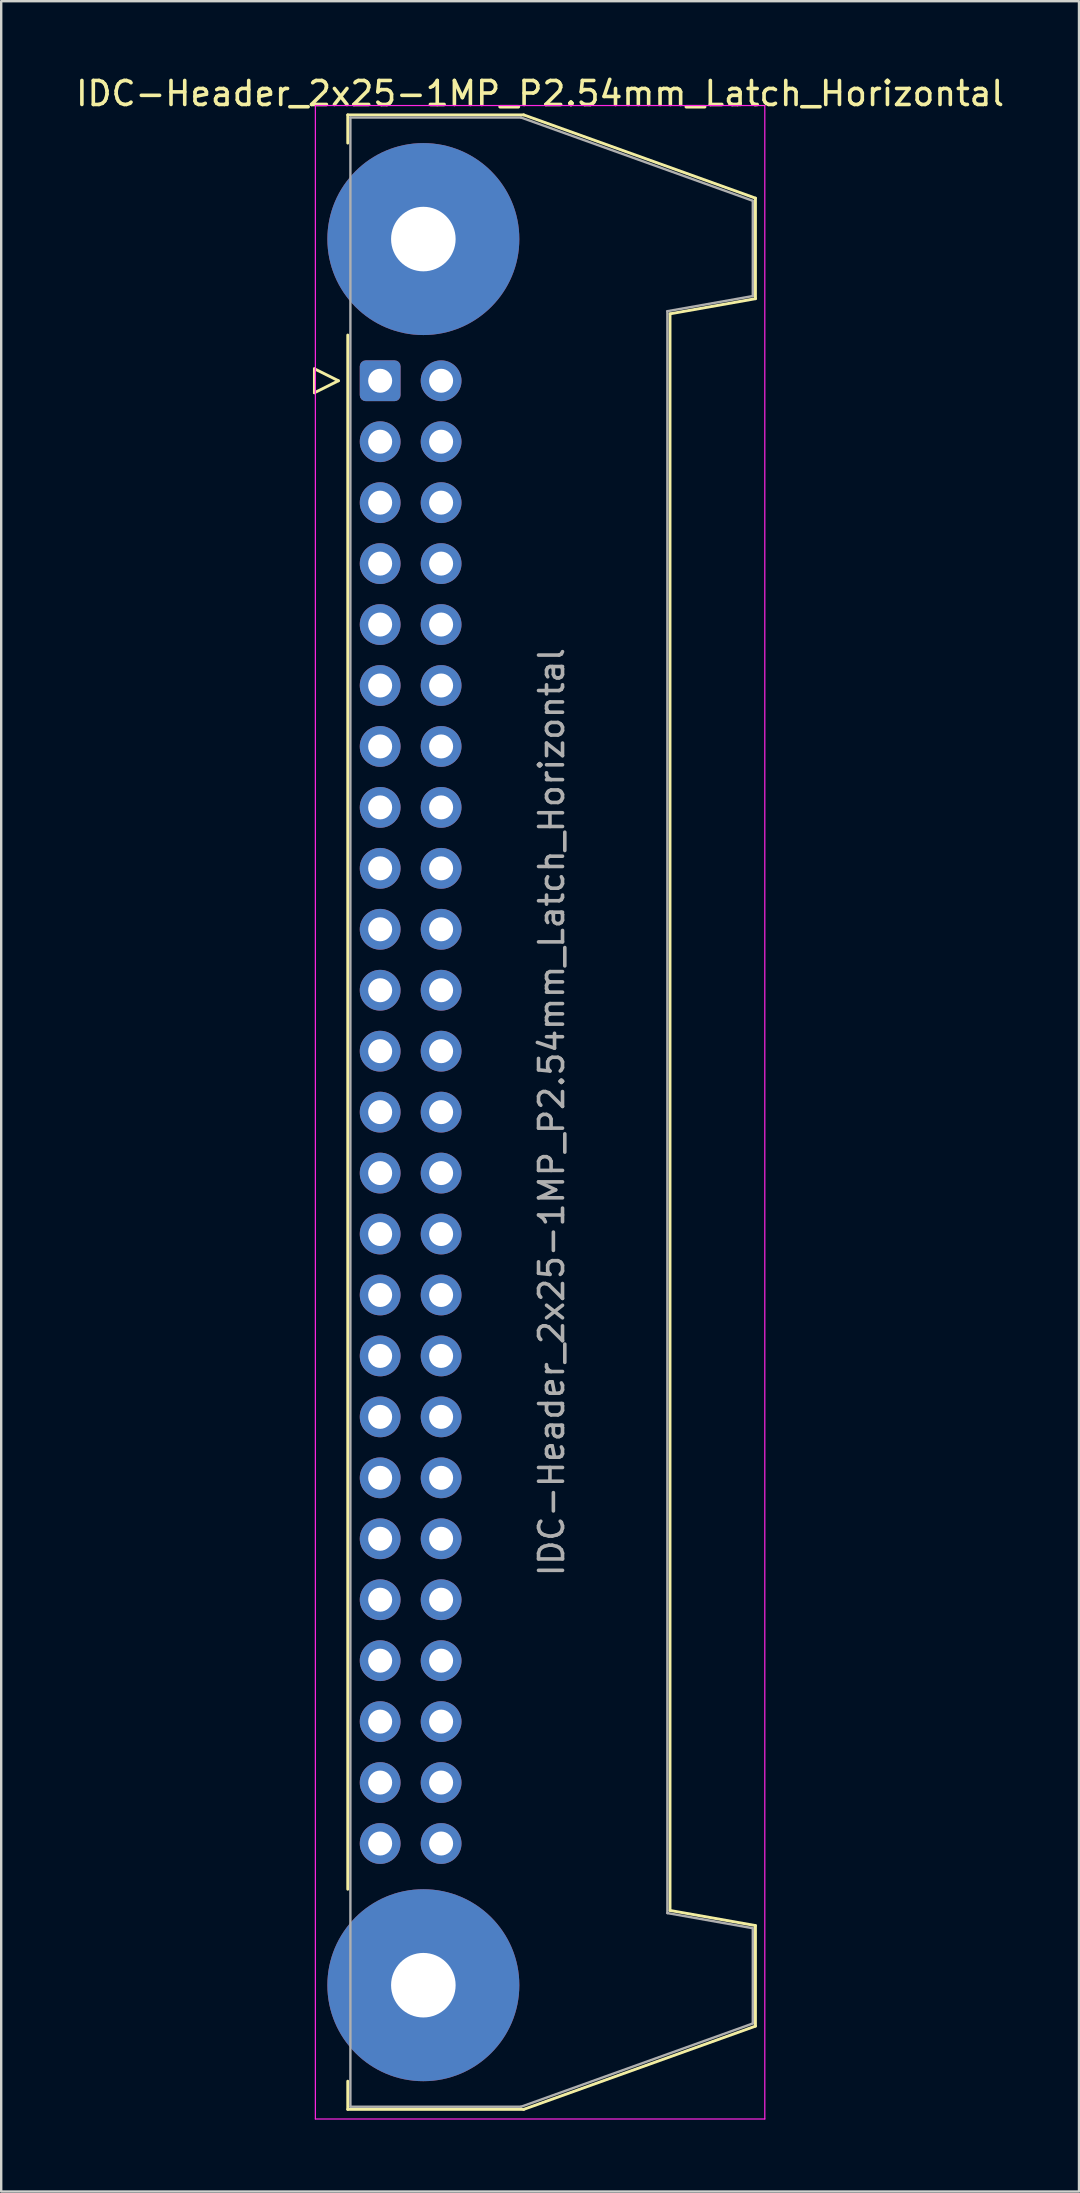
<source format=kicad_pcb>
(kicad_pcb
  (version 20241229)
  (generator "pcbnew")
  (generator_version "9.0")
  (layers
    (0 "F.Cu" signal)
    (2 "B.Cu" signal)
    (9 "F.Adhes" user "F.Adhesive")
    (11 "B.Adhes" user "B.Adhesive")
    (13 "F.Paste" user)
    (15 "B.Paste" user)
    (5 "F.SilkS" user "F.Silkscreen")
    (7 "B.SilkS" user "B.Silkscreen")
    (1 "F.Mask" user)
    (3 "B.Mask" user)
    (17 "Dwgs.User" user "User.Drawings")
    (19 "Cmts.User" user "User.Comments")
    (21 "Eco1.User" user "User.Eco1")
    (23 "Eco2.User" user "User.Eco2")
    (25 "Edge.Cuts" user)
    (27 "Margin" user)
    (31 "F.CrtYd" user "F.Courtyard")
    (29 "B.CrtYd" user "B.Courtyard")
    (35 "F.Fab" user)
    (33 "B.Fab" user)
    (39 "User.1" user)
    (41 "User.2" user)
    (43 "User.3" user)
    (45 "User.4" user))
  (footprint "IDC-Header_2x25-1MP_P2.54mm_Latch_Horizontal"
    (layer "F.Cu")
    (at 12.793 12.818)
    (property "Reference" "IDC-Header_2x25-1MP_P2.54mm_Latch_Horizontal" (at 6.665 -11.97 0) (layer "F.SilkS") (effects (font (size 1 1) (thickness 0.15))))
    (attr through_hole)
    (fp_line (start -2.74 -0.5) (end -2.74 0.5) (stroke (width 0.12) (type solid)) (layer "F.SilkS"))
    (fp_line (start -2.74 0.5) (end -1.74 0) (stroke (width 0.12) (type solid)) (layer "F.SilkS"))
    (fp_line (start -1.74 0) (end -2.74 -0.5) (stroke (width 0.12) (type solid)) (layer "F.SilkS"))
    (fp_line (start -1.35 -11.08) (end -1.35 -9.905) (stroke (width 0.12) (type solid)) (layer "F.SilkS"))
    (fp_line (start -1.35 -11.08) (end 5.98 -11.08) (stroke (width 0.12) (type solid)) (layer "F.SilkS"))
    (fp_line (start -1.35 -1.905) (end -1.35 62.865) (stroke (width 0.12) (type solid)) (layer "F.SilkS"))
    (fp_line (start -1.35 70.865) (end -1.35 72.04) (stroke (width 0.12) (type solid)) (layer "F.SilkS"))
    (fp_line (start 5.98 -11.08) (end 15.64 -7.61) (stroke (width 0.12) (type solid)) (layer "F.SilkS"))
    (fp_line (start 5.98 72.04) (end -1.35 72.04) (stroke (width 0.12) (type solid)) (layer "F.SilkS"))
    (fp_line (start 12.08 -2.79) (end 12.08 63.75) (stroke (width 0.12) (type solid)) (layer "F.SilkS"))
    (fp_line (start 12.08 63.75) (end 15.64 64.38) (stroke (width 0.12) (type solid)) (layer "F.SilkS"))
    (fp_line (start 15.64 -7.61) (end 15.64 -3.42) (stroke (width 0.12) (type solid)) (layer "F.SilkS"))
    (fp_line (start 15.64 -3.42) (end 12.08 -2.79) (stroke (width 0.12) (type solid)) (layer "F.SilkS"))
    (fp_line (start 15.64 64.38) (end 15.64 68.57) (stroke (width 0.12) (type solid)) (layer "F.SilkS"))
    (fp_line (start 15.64 68.57) (end 5.98 72.04) (stroke (width 0.12) (type solid)) (layer "F.SilkS"))
    (fp_line (start -2.7 -11.47) (end -2.7 72.44) (stroke (width 0.05) (type solid)) (layer "F.CrtYd"))
    (fp_line (start -2.7 72.44) (end 16.03 72.44) (stroke (width 0.05) (type solid)) (layer "F.CrtYd"))
    (fp_line (start 16.03 -11.47) (end -2.7 -11.47) (stroke (width 0.05) (type solid)) (layer "F.CrtYd"))
    (fp_line (start 16.03 72.44) (end 16.03 -11.47) (stroke (width 0.05) (type solid)) (layer "F.CrtYd"))
    (fp_line (start -1.24 -10.97) (end 5.87 -10.97) (stroke (width 0.1) (type solid)) (layer "F.Fab"))
    (fp_line (start -1.24 71.93) (end -1.24 -10.97) (stroke (width 0.1) (type solid)) (layer "F.Fab"))
    (fp_line (start 5.87 -10.97) (end 15.53 -7.5) (stroke (width 0.1) (type solid)) (layer "F.Fab"))
    (fp_line (start 5.87 71.93) (end -1.24 71.93) (stroke (width 0.1) (type solid)) (layer "F.Fab"))
    (fp_line (start 11.97 -2.9) (end 11.97 63.86) (stroke (width 0.1) (type solid)) (layer "F.Fab"))
    (fp_line (start 11.97 63.86) (end 15.53 64.49) (stroke (width 0.1) (type solid)) (layer "F.Fab"))
    (fp_line (start 15.53 -7.5) (end 15.53 -3.53) (stroke (width 0.1) (type solid)) (layer "F.Fab"))
    (fp_line (start 15.53 -3.53) (end 11.97 -2.9) (stroke (width 0.1) (type solid)) (layer "F.Fab"))
    (fp_line (start 15.53 64.49) (end 15.53 68.46) (stroke (width 0.1) (type solid)) (layer "F.Fab"))
    (fp_line (start 15.53 68.46) (end 5.87 71.93) (stroke (width 0.1) (type solid)) (layer "F.Fab"))
    (fp_text user "${REFERENCE}" (at 7.145 30.48 90) (layer "F.Fab") (effects (font (size 1 1) (thickness 0.15))))
    (pad "1" thru_hole roundrect (at 0 0) (size 1.7 1.7) (drill 1) (layers "*.Cu" "*.Mask") (roundrect_rratio 0.147))
    (pad "2" thru_hole circle (at 2.54 0) (size 1.7 1.7) (drill 1) (layers "*.Cu" "*.Mask"))
    (pad "3" thru_hole circle (at 0 2.54) (size 1.7 1.7) (drill 1) (layers "*.Cu" "*.Mask"))
    (pad "4" thru_hole circle (at 2.54 2.54) (size 1.7 1.7) (drill 1) (layers "*.Cu" "*.Mask"))
    (pad "5" thru_hole circle (at 0 5.08) (size 1.7 1.7) (drill 1) (layers "*.Cu" "*.Mask"))
    (pad "6" thru_hole circle (at 2.54 5.08) (size 1.7 1.7) (drill 1) (layers "*.Cu" "*.Mask"))
    (pad "7" thru_hole circle (at 0 7.62) (size 1.7 1.7) (drill 1) (layers "*.Cu" "*.Mask"))
    (pad "8" thru_hole circle (at 2.54 7.62) (size 1.7 1.7) (drill 1) (layers "*.Cu" "*.Mask"))
    (pad "9" thru_hole circle (at 0 10.16) (size 1.7 1.7) (drill 1) (layers "*.Cu" "*.Mask"))
    (pad "10" thru_hole circle (at 2.54 10.16) (size 1.7 1.7) (drill 1) (layers "*.Cu" "*.Mask"))
    (pad "11" thru_hole circle (at 0 12.7) (size 1.7 1.7) (drill 1) (layers "*.Cu" "*.Mask"))
    (pad "12" thru_hole circle (at 2.54 12.7) (size 1.7 1.7) (drill 1) (layers "*.Cu" "*.Mask"))
    (pad "13" thru_hole circle (at 0 15.24) (size 1.7 1.7) (drill 1) (layers "*.Cu" "*.Mask"))
    (pad "14" thru_hole circle (at 2.54 15.24) (size 1.7 1.7) (drill 1) (layers "*.Cu" "*.Mask"))
    (pad "15" thru_hole circle (at 0 17.78) (size 1.7 1.7) (drill 1) (layers "*.Cu" "*.Mask"))
    (pad "16" thru_hole circle (at 2.54 17.78) (size 1.7 1.7) (drill 1) (layers "*.Cu" "*.Mask"))
    (pad "17" thru_hole circle (at 0 20.32) (size 1.7 1.7) (drill 1) (layers "*.Cu" "*.Mask"))
    (pad "18" thru_hole circle (at 2.54 20.32) (size 1.7 1.7) (drill 1) (layers "*.Cu" "*.Mask"))
    (pad "19" thru_hole circle (at 0 22.86) (size 1.7 1.7) (drill 1) (layers "*.Cu" "*.Mask"))
    (pad "20" thru_hole circle (at 2.54 22.86) (size 1.7 1.7) (drill 1) (layers "*.Cu" "*.Mask"))
    (pad "21" thru_hole circle (at 0 25.4) (size 1.7 1.7) (drill 1) (layers "*.Cu" "*.Mask"))
    (pad "22" thru_hole circle (at 2.54 25.4) (size 1.7 1.7) (drill 1) (layers "*.Cu" "*.Mask"))
    (pad "23" thru_hole circle (at 0 27.94) (size 1.7 1.7) (drill 1) (layers "*.Cu" "*.Mask"))
    (pad "24" thru_hole circle (at 2.54 27.94) (size 1.7 1.7) (drill 1) (layers "*.Cu" "*.Mask"))
    (pad "25" thru_hole circle (at 0 30.48) (size 1.7 1.7) (drill 1) (layers "*.Cu" "*.Mask"))
    (pad "26" thru_hole circle (at 2.54 30.48) (size 1.7 1.7) (drill 1) (layers "*.Cu" "*.Mask"))
    (pad "27" thru_hole circle (at 0 33.02) (size 1.7 1.7) (drill 1) (layers "*.Cu" "*.Mask"))
    (pad "28" thru_hole circle (at 2.54 33.02) (size 1.7 1.7) (drill 1) (layers "*.Cu" "*.Mask"))
    (pad "29" thru_hole circle (at 0 35.56) (size 1.7 1.7) (drill 1) (layers "*.Cu" "*.Mask"))
    (pad "30" thru_hole circle (at 2.54 35.56) (size 1.7 1.7) (drill 1) (layers "*.Cu" "*.Mask"))
    (pad "31" thru_hole circle (at 0 38.1) (size 1.7 1.7) (drill 1) (layers "*.Cu" "*.Mask"))
    (pad "32" thru_hole circle (at 2.54 38.1) (size 1.7 1.7) (drill 1) (layers "*.Cu" "*.Mask"))
    (pad "33" thru_hole circle (at 0 40.64) (size 1.7 1.7) (drill 1) (layers "*.Cu" "*.Mask"))
    (pad "34" thru_hole circle (at 2.54 40.64) (size 1.7 1.7) (drill 1) (layers "*.Cu" "*.Mask"))
    (pad "35" thru_hole circle (at 0 43.18) (size 1.7 1.7) (drill 1) (layers "*.Cu" "*.Mask"))
    (pad "36" thru_hole circle (at 2.54 43.18) (size 1.7 1.7) (drill 1) (layers "*.Cu" "*.Mask"))
    (pad "37" thru_hole circle (at 0 45.72) (size 1.7 1.7) (drill 1) (layers "*.Cu" "*.Mask"))
    (pad "38" thru_hole circle (at 2.54 45.72) (size 1.7 1.7) (drill 1) (layers "*.Cu" "*.Mask"))
    (pad "39" thru_hole circle (at 0 48.26) (size 1.7 1.7) (drill 1) (layers "*.Cu" "*.Mask"))
    (pad "40" thru_hole circle (at 2.54 48.26) (size 1.7 1.7) (drill 1) (layers "*.Cu" "*.Mask"))
    (pad "41" thru_hole circle (at 0 50.8) (size 1.7 1.7) (drill 1) (layers "*.Cu" "*.Mask"))
    (pad "42" thru_hole circle (at 2.54 50.8) (size 1.7 1.7) (drill 1) (layers "*.Cu" "*.Mask"))
    (pad "43" thru_hole circle (at 0 53.34) (size 1.7 1.7) (drill 1) (layers "*.Cu" "*.Mask"))
    (pad "44" thru_hole circle (at 2.54 53.34) (size 1.7 1.7) (drill 1) (layers "*.Cu" "*.Mask"))
    (pad "45" thru_hole circle (at 0 55.88) (size 1.7 1.7) (drill 1) (layers "*.Cu" "*.Mask"))
    (pad "46" thru_hole circle (at 2.54 55.88) (size 1.7 1.7) (drill 1) (layers "*.Cu" "*.Mask"))
    (pad "47" thru_hole circle (at 0 58.42) (size 1.7 1.7) (drill 1) (layers "*.Cu" "*.Mask"))
    (pad "48" thru_hole circle (at 2.54 58.42) (size 1.7 1.7) (drill 1) (layers "*.Cu" "*.Mask"))
    (pad "49" thru_hole circle (at 0 60.96) (size 1.7 1.7) (drill 1) (layers "*.Cu" "*.Mask"))
    (pad "50" thru_hole circle (at 2.54 60.96) (size 1.7 1.7) (drill 1) (layers "*.Cu" "*.Mask"))
    (pad "MP" thru_hole circle (at 1.8 -5.905) (size 8 8) (drill 2.69) (layers "*.Cu" "*.Mask"))
    (pad "MP" thru_hole circle (at 1.8 66.865) (size 8 8) (drill 2.69) (layers "*.Cu" "*.Mask")))
  (gr_rect
    (start -3 -3)
    (end 41.917 88.283)
    (stroke (width 0.1) (type default))
    (fill no)
    (layer "Edge.Cuts")))
</source>
